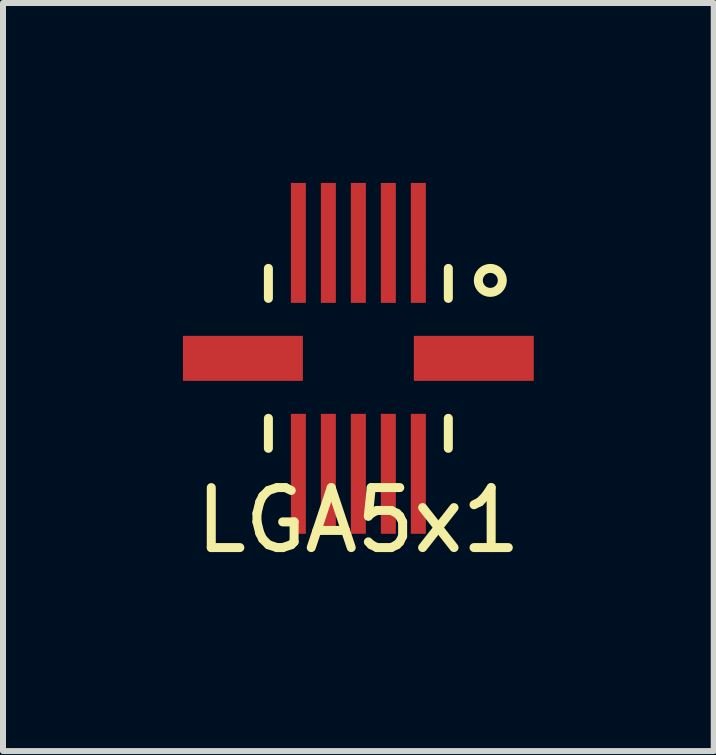
<source format=kicad_pcb>
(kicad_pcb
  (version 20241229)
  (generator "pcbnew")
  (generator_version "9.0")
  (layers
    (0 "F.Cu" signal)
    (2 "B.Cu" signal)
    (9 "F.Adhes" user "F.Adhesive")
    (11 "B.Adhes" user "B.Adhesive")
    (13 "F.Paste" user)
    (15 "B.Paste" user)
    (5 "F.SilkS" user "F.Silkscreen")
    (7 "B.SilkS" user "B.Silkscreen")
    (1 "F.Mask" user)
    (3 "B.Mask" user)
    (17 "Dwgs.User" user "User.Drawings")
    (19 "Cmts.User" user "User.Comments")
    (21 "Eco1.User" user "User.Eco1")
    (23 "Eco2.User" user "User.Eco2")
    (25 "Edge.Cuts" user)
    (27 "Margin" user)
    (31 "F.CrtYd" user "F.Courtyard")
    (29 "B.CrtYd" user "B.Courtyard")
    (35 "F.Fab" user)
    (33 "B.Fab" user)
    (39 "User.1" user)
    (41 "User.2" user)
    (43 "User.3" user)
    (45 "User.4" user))
  (footprint "LGA5x1"
    (layer "F.Cu")
    (at 2.925 2.925)
    (property "Reference" "LGA5x1" (at 0 2.7 0) (layer "F.SilkS") (effects (font (size 1 1) (thickness 0.15))))
    (attr through_hole)
    (fp_line (start -1.5 -1.5) (end -1.5 -1) (stroke (width 0.15) (type solid)) (layer "F.SilkS"))
    (fp_line (start -1.5 1) (end -1.5 1.5) (stroke (width 0.15) (type solid)) (layer "F.SilkS"))
    (fp_line (start 1.5 -1.5) (end 1.5 -1) (stroke (width 0.15) (type solid)) (layer "F.SilkS"))
    (fp_line (start 1.5 1) (end 1.5 1.5) (stroke (width 0.15) (type solid)) (layer "F.SilkS"))
    (fp_circle (center 2.2 -1.3) (end 2.2 -1.5) (stroke (width 0.15) (type solid)) (fill no) (layer "F.SilkS"))
    (pad "1" smd rect (at 1 -1.925) (size 0.25 2) (layers "F.Cu" "F.Mask" "F.Paste"))
    (pad "2" smd rect (at 0.5 -1.925) (size 0.25 2) (layers "F.Cu" "F.Mask" "F.Paste"))
    (pad "3" smd rect (at 0 -1.925) (size 0.25 2) (layers "F.Cu" "F.Mask" "F.Paste"))
    (pad "4" smd rect (at -0.5 -1.925) (size 0.25 2) (layers "F.Cu" "F.Mask" "F.Paste"))
    (pad "5" smd rect (at -1 -1.925) (size 0.25 2) (layers "F.Cu" "F.Mask" "F.Paste"))
    (pad "6" smd rect (at -1.925 0) (size 2 0.75) (layers "F.Cu" "F.Mask" "F.Paste"))
    (pad "7" smd rect (at -1 1.925) (size 0.25 2) (layers "F.Cu" "F.Mask" "F.Paste"))
    (pad "8" smd rect (at -0.5 1.925) (size 0.25 2) (layers "F.Cu" "F.Mask" "F.Paste"))
    (pad "9" smd rect (at 0 1.925) (size 0.25 2) (layers "F.Cu" "F.Mask" "F.Paste"))
    (pad "10" smd rect (at 0.5 1.925) (size 0.25 2) (layers "F.Cu" "F.Mask" "F.Paste"))
    (pad "11" smd rect (at 1 1.925) (size 0.25 2) (layers "F.Cu" "F.Mask" "F.Paste"))
    (pad "12" smd rect (at 1.925 0) (size 2 0.75) (layers "F.Cu" "F.Mask" "F.Paste")))
  (gr_rect
    (start -3 -3)
    (end 8.85 9.473)
    (stroke (width 0.1) (type default))
    (fill no)
    (layer "Edge.Cuts")))
</source>
